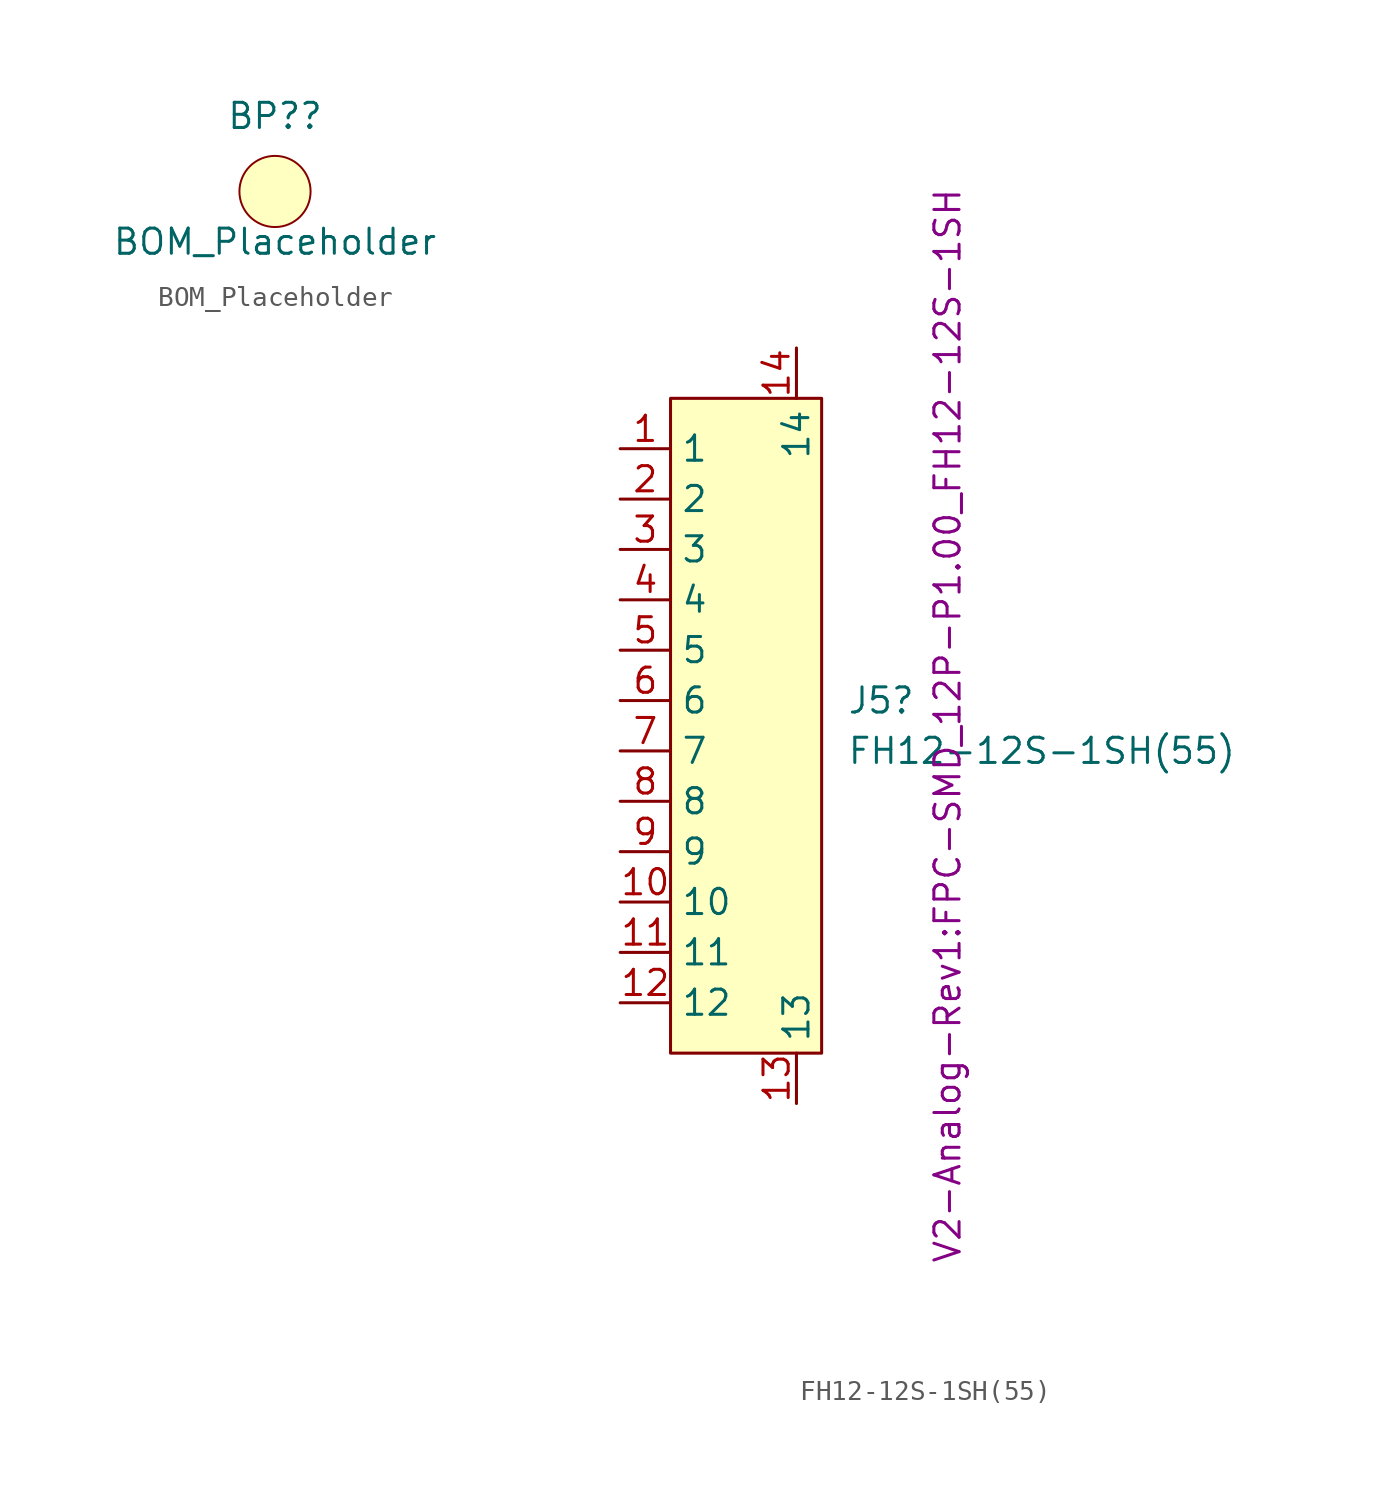
<source format=kicad_sym>
(kicad_symbol_lib
  (version 20211014)
  (generator kicad_symbol_editor)
  (symbol "BOM_Placeholder"
    (pin_numbers hide)
    (pin_names
      (offset 0) hide)
    (property "Reference" "BP?"
      (at 0 3.81 0)
      (effects (font (size 1.27 1.27))))
    (property "Value" "BOM_Placeholder"
      (at 0 -2.54 0)
      (effects (font (size 1.27 1.27))))
    (symbol "BOM_Placeholder_0_1"
      (circle (center 0 0) (radius 1.796) (stroke (width 0.1) (type default) (color 0 0 0 0)) (fill (type background)))))
  (symbol "FH12-12S-1SH(55)"
    (property "Reference" "J5"
      (at 6.35 1.27 0)
      (effects (font (size 1.27 1.27)) (justify left)))
    (property "Value" "FH12-12S-1SH(55)"
      (at 6.35 -1.27 0)
      (effects (font (size 1.27 1.27)) (justify left)))
    (property "Footprint" "V2-Analog-Rev1:FPC-SMD_12P-P1.00_FH12-12S-1SH"
      (at 11.43 0 90)
      (effects (font (size 1.27 1.27))))
    (symbol "FH12-12S-1SH(55)_0_1"
      (rectangle (start -2.54 16.51) (end 5.08 -16.51) (stroke (width 0) (type default) (color 0 0 0 0)) (fill (type background)))
      (pin unspecified line (at -5.08 13.97 0) (length 2.54) (name "1" (effects (font (size 1.27 1.27)))) (number "1" (effects (font (size 1.27 1.27)))))
      (pin unspecified line (at -5.08 -8.89 0) (length 2.54) (name "10" (effects (font (size 1.27 1.27)))) (number "10" (effects (font (size 1.27 1.27)))))
      (pin unspecified line (at -5.08 -11.43 0) (length 2.54) (name "11" (effects (font (size 1.27 1.27)))) (number "11" (effects (font (size 1.27 1.27)))))
      (pin unspecified line (at -5.08 -13.97 0) (length 2.54) (name "12" (effects (font (size 1.27 1.27)))) (number "12" (effects (font (size 1.27 1.27)))))
      (pin unspecified line (at 3.81 -19.05 90) (length 2.54) (name "13" (effects (font (size 1.27 1.27)))) (number "13" (effects (font (size 1.27 1.27)))))
      (pin unspecified line (at 3.81 19.05 270) (length 2.54) (name "14" (effects (font (size 1.27 1.27)))) (number "14" (effects (font (size 1.27 1.27)))))
      (pin unspecified line (at -5.08 11.43 0) (length 2.54) (name "2" (effects (font (size 1.27 1.27)))) (number "2" (effects (font (size 1.27 1.27)))))
      (pin unspecified line (at -5.08 8.89 0) (length 2.54) (name "3" (effects (font (size 1.27 1.27)))) (number "3" (effects (font (size 1.27 1.27)))))
      (pin unspecified line (at -5.08 6.35 0) (length 2.54) (name "4" (effects (font (size 1.27 1.27)))) (number "4" (effects (font (size 1.27 1.27)))))
      (pin unspecified line (at -5.08 3.81 0) (length 2.54) (name "5" (effects (font (size 1.27 1.27)))) (number "5" (effects (font (size 1.27 1.27)))))
      (pin unspecified line (at -5.08 1.27 0) (length 2.54) (name "6" (effects (font (size 1.27 1.27)))) (number "6" (effects (font (size 1.27 1.27)))))
      (pin unspecified line (at -5.08 -1.27 0) (length 2.54) (name "7" (effects (font (size 1.27 1.27)))) (number "7" (effects (font (size 1.27 1.27)))))
      (pin unspecified line (at -5.08 -3.81 0) (length 2.54) (name "8" (effects (font (size 1.27 1.27)))) (number "8" (effects (font (size 1.27 1.27)))))
      (pin unspecified line (at -5.08 -6.35 0) (length 2.54) (name "9" (effects (font (size 1.27 1.27)))) (number "9" (effects (font (size 1.27 1.27))))))))
</source>
